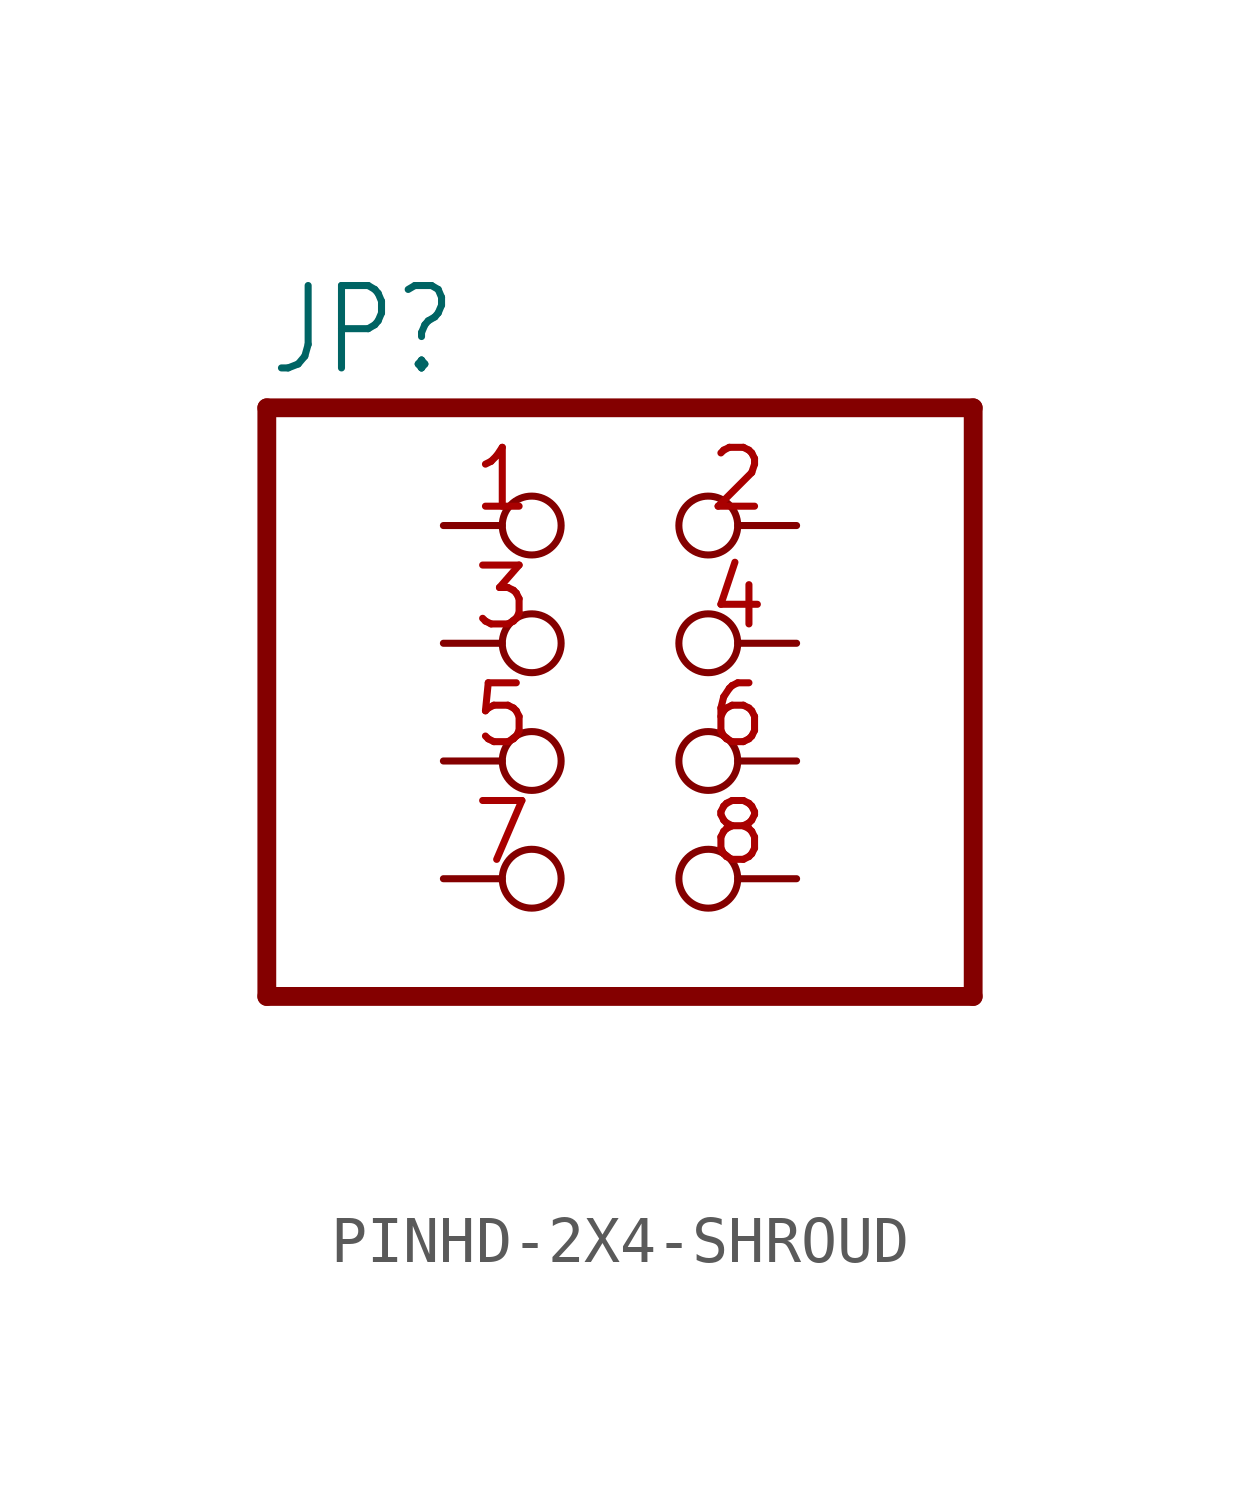
<source format=kicad_sym>
(kicad_symbol_lib
  (version 20231120)
  (generator "kicad_symbol_editor")
  (generator_version "8.0")
  (symbol "PINHD-2X4-SHROUD"
    (property "Reference" "JP"
      (at -6.35 8.255 0)
      (effects (font (size 1.778 1.511)) (justify left bottom)))
    (property "Value" ""
      (at -6.35 -7.62 0)
      (effects (font (size 1.778 1.511)) (justify left bottom)))
    (property "ki_locked" ""
      (at 0 0 0)
      (effects (font (size 1.27 1.27))))
    (symbol "PINHD-2X4-SHROUD_1_0"
      (polyline (pts (xy -6.35 -5.08) (xy 8.89 -5.08)) (stroke (width 0.406) (type solid)) (fill (type none)))
      (polyline (pts (xy -6.35 7.62) (xy -6.35 -5.08)) (stroke (width 0.406) (type solid)) (fill (type none)))
      (polyline (pts (xy 8.89 -5.08) (xy 8.89 7.62)) (stroke (width 0.406) (type solid)) (fill (type none)))
      (polyline (pts (xy 8.89 7.62) (xy -6.35 7.62)) (stroke (width 0.406) (type solid)) (fill (type none)))
      (pin passive inverted (at -2.54 5.08 0) (length 2.54) (name "1" (effects (font (size 0 0)))) (number "1" (effects (font (size 1.27 1.27)))))
      (pin passive inverted (at 5.08 5.08 180) (length 2.54) (name "2" (effects (font (size 0 0)))) (number "2" (effects (font (size 1.27 1.27)))))
      (pin passive inverted (at -2.54 2.54 0) (length 2.54) (name "3" (effects (font (size 0 0)))) (number "3" (effects (font (size 1.27 1.27)))))
      (pin passive inverted (at 5.08 2.54 180) (length 2.54) (name "4" (effects (font (size 0 0)))) (number "4" (effects (font (size 1.27 1.27)))))
      (pin passive inverted (at -2.54 0 0) (length 2.54) (name "5" (effects (font (size 0 0)))) (number "5" (effects (font (size 1.27 1.27)))))
      (pin passive inverted (at 5.08 0 180) (length 2.54) (name "6" (effects (font (size 0 0)))) (number "6" (effects (font (size 1.27 1.27)))))
      (pin passive inverted (at -2.54 -2.54 0) (length 2.54) (name "7" (effects (font (size 0 0)))) (number "7" (effects (font (size 1.27 1.27)))))
      (pin passive inverted (at 5.08 -2.54 180) (length 2.54) (name "8" (effects (font (size 0 0)))) (number "8" (effects (font (size 1.27 1.27))))))))
</source>
